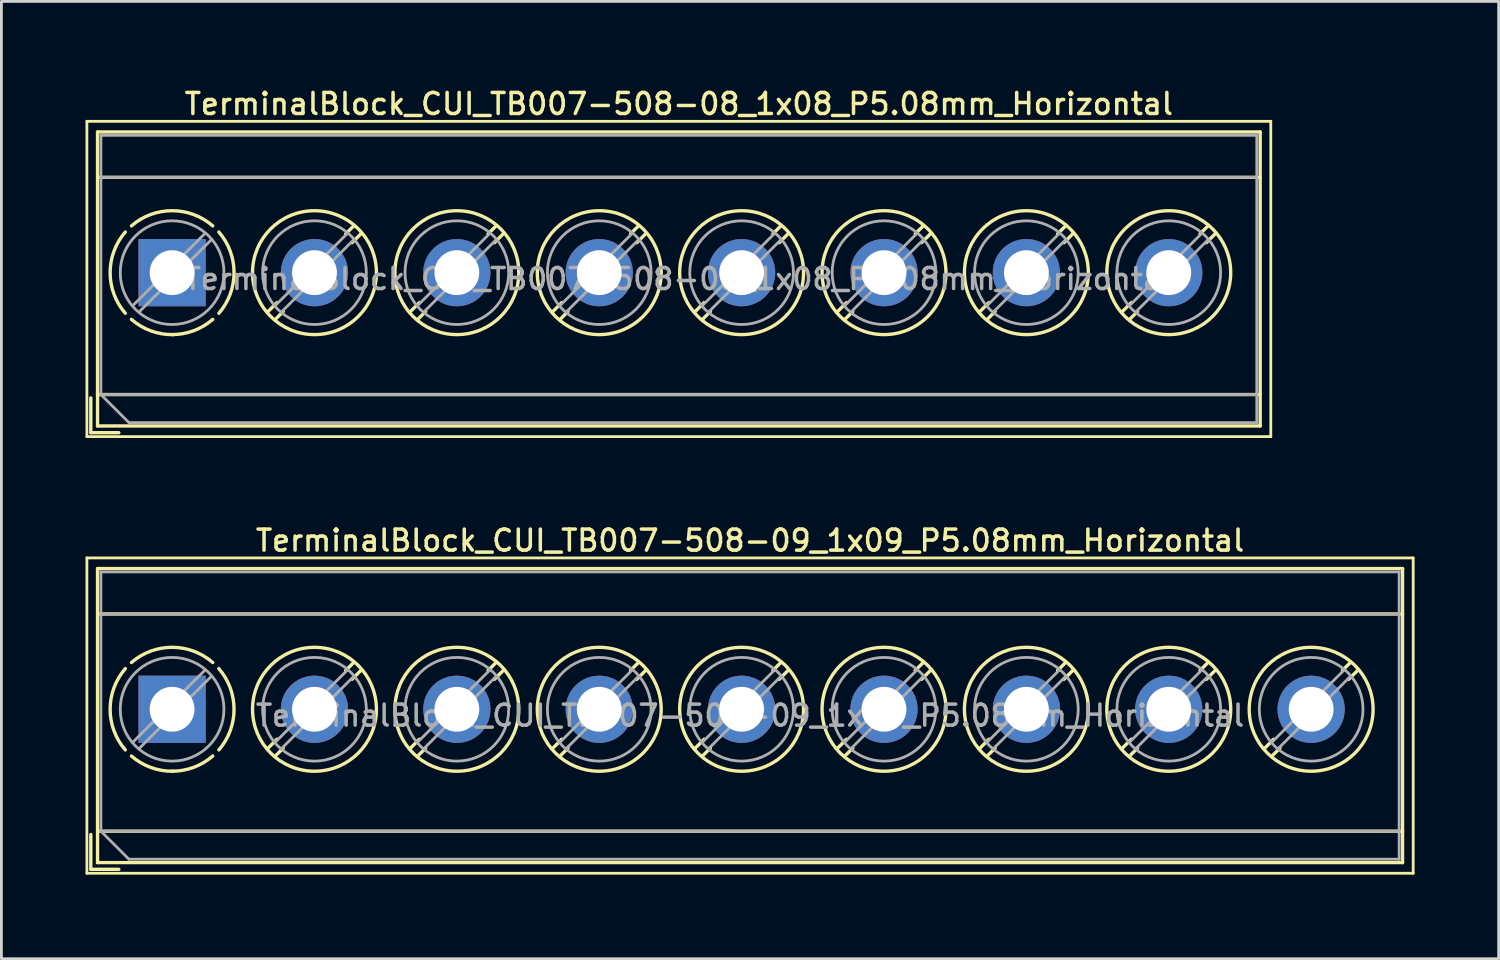
<source format=kicad_pcb>
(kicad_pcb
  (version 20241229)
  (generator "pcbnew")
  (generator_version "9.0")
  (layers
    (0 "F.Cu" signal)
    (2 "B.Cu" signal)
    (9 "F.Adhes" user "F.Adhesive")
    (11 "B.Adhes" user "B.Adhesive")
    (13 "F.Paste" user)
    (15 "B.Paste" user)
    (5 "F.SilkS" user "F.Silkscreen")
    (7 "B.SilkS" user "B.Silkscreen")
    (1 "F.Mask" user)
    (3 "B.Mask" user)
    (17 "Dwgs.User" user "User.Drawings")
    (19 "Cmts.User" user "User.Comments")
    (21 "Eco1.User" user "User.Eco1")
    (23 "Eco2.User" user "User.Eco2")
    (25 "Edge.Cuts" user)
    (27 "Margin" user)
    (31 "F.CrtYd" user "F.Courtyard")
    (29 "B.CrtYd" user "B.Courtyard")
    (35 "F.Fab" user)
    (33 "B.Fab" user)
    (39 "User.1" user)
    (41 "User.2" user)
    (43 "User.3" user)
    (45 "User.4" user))
  (footprint "TerminalBlock_CUI_TB007-508-08_1x08_P5.08mm_Horizontal"
    (layer "F.Cu")
    (at 3.09 6.678)
    (property "Reference" "TerminalBlock_CUI_TB007-508-08_1x08_P5.08mm_Horizontal" (at 18.08 -6.02 0) (layer "F.SilkS") (effects (font (size 0.75 0.75) (thickness 0.125))))
    (attr through_hole)
    (fp_line (start -3.04 -5.4) (end -3.04 5.85) (stroke (width 0.1) (type solid)) (layer "F.SilkS"))
    (fp_line (start -3.04 5.85) (end 39.2 5.85) (stroke (width 0.1) (type solid)) (layer "F.SilkS"))
    (fp_line (start -2.9 4.47) (end -2.9 5.71) (stroke (width 0.12) (type solid)) (layer "F.SilkS"))
    (fp_line (start -2.9 5.71) (end -1.9 5.71) (stroke (width 0.12) (type solid)) (layer "F.SilkS"))
    (fp_line (start -2.66 -5.02) (end -2.66 5.47) (stroke (width 0.12) (type solid)) (layer "F.SilkS"))
    (fp_line (start -2.66 -5.02) (end 38.821 -5.02) (stroke (width 0.12) (type solid)) (layer "F.SilkS"))
    (fp_line (start -2.66 -3.401) (end 38.821 -3.401) (stroke (width 0.12) (type solid)) (layer "F.SilkS"))
    (fp_line (start -2.66 4.35) (end 38.821 4.35) (stroke (width 0.12) (type solid)) (layer "F.SilkS"))
    (fp_line (start -2.66 5.47) (end 38.821 5.47) (stroke (width 0.12) (type solid)) (layer "F.SilkS"))
    (fp_line (start 3.743 1.068) (end 3.404 1.407) (stroke (width 0.12) (type solid)) (layer "F.SilkS"))
    (fp_line (start 3.967 1.384) (end 3.674 1.676) (stroke (width 0.12) (type solid)) (layer "F.SilkS"))
    (fp_line (start 6.487 -1.676) (end 6.194 -1.384) (stroke (width 0.12) (type solid)) (layer "F.SilkS"))
    (fp_line (start 6.757 -1.407) (end 6.418 -1.068) (stroke (width 0.12) (type solid)) (layer "F.SilkS"))
    (fp_line (start 8.823 1.068) (end 8.484 1.407) (stroke (width 0.12) (type solid)) (layer "F.SilkS"))
    (fp_line (start 9.047 1.384) (end 8.754 1.676) (stroke (width 0.12) (type solid)) (layer "F.SilkS"))
    (fp_line (start 11.567 -1.676) (end 11.274 -1.384) (stroke (width 0.12) (type solid)) (layer "F.SilkS"))
    (fp_line (start 11.837 -1.407) (end 11.498 -1.068) (stroke (width 0.12) (type solid)) (layer "F.SilkS"))
    (fp_line (start 13.903 1.068) (end 13.564 1.407) (stroke (width 0.12) (type solid)) (layer "F.SilkS"))
    (fp_line (start 14.127 1.384) (end 13.834 1.676) (stroke (width 0.12) (type solid)) (layer "F.SilkS"))
    (fp_line (start 16.647 -1.676) (end 16.354 -1.384) (stroke (width 0.12) (type solid)) (layer "F.SilkS"))
    (fp_line (start 16.917 -1.407) (end 16.578 -1.068) (stroke (width 0.12) (type solid)) (layer "F.SilkS"))
    (fp_line (start 18.983 1.068) (end 18.644 1.407) (stroke (width 0.12) (type solid)) (layer "F.SilkS"))
    (fp_line (start 19.207 1.384) (end 18.914 1.676) (stroke (width 0.12) (type solid)) (layer "F.SilkS"))
    (fp_line (start 21.727 -1.676) (end 21.434 -1.384) (stroke (width 0.12) (type solid)) (layer "F.SilkS"))
    (fp_line (start 21.997 -1.407) (end 21.658 -1.068) (stroke (width 0.12) (type solid)) (layer "F.SilkS"))
    (fp_line (start 24.063 1.068) (end 23.724 1.407) (stroke (width 0.12) (type solid)) (layer "F.SilkS"))
    (fp_line (start 24.287 1.384) (end 23.994 1.676) (stroke (width 0.12) (type solid)) (layer "F.SilkS"))
    (fp_line (start 26.807 -1.676) (end 26.514 -1.384) (stroke (width 0.12) (type solid)) (layer "F.SilkS"))
    (fp_line (start 27.077 -1.407) (end 26.738 -1.068) (stroke (width 0.12) (type solid)) (layer "F.SilkS"))
    (fp_line (start 29.143 1.068) (end 28.804 1.407) (stroke (width 0.12) (type solid)) (layer "F.SilkS"))
    (fp_line (start 29.367 1.384) (end 29.074 1.676) (stroke (width 0.12) (type solid)) (layer "F.SilkS"))
    (fp_line (start 31.887 -1.676) (end 31.594 -1.384) (stroke (width 0.12) (type solid)) (layer "F.SilkS"))
    (fp_line (start 32.157 -1.407) (end 31.818 -1.068) (stroke (width 0.12) (type solid)) (layer "F.SilkS"))
    (fp_line (start 34.223 1.068) (end 33.884 1.407) (stroke (width 0.12) (type solid)) (layer "F.SilkS"))
    (fp_line (start 34.447 1.384) (end 34.154 1.676) (stroke (width 0.12) (type solid)) (layer "F.SilkS"))
    (fp_line (start 36.967 -1.676) (end 36.674 -1.384) (stroke (width 0.12) (type solid)) (layer "F.SilkS"))
    (fp_line (start 37.237 -1.407) (end 36.898 -1.068) (stroke (width 0.12) (type solid)) (layer "F.SilkS"))
    (fp_line (start 38.821 -5.02) (end 38.821 5.47) (stroke (width 0.12) (type solid)) (layer "F.SilkS"))
    (fp_line (start 39.2 -5.4) (end -3.04 -5.4) (stroke (width 0.1) (type solid)) (layer "F.SilkS"))
    (fp_line (start 39.2 5.85) (end 39.2 -5.4) (stroke (width 0.1) (type solid)) (layer "F.SilkS"))
    (fp_arc (start -1.66902 1.449827) (mid -2.210797 -0.000777) (end -1.668 -1.451) (stroke (width 0.12) (type solid)) (layer "F.SilkS"))
    (fp_arc (start -1.449827 -1.66902) (mid 0.000777 -2.210797) (end 1.451 -1.668) (stroke (width 0.12) (type solid)) (layer "F.SilkS"))
    (fp_arc (start 0.037807 2.210474) (mid -0.756867 2.077204) (end -1.451 1.668) (stroke (width 0.12) (type solid)) (layer "F.SilkS"))
    (fp_arc (start 1.44989 1.667908) (mid 0.773958 2.070046) (end 0 2.21) (stroke (width 0.12) (type solid)) (layer "F.SilkS"))
    (fp_arc (start 1.668029 -1.449966) (mid 2.210141 0.000022) (end 1.668 1.45) (stroke (width 0.12) (type solid)) (layer "F.SilkS"))
    (fp_circle (center 5.08 0) (end 7.29 0) (stroke (width 0.12) (type solid)) (fill no) (layer "F.SilkS"))
    (fp_circle (center 10.16 0) (end 12.37 0) (stroke (width 0.12) (type solid)) (fill no) (layer "F.SilkS"))
    (fp_circle (center 15.24 0) (end 17.45 0) (stroke (width 0.12) (type solid)) (fill no) (layer "F.SilkS"))
    (fp_circle (center 20.32 0) (end 22.53 0) (stroke (width 0.12) (type solid)) (fill no) (layer "F.SilkS"))
    (fp_circle (center 25.4 0) (end 27.61 0) (stroke (width 0.12) (type solid)) (fill no) (layer "F.SilkS"))
    (fp_circle (center 30.48 0) (end 32.69 0) (stroke (width 0.12) (type solid)) (fill no) (layer "F.SilkS"))
    (fp_circle (center 35.56 0) (end 37.77 0) (stroke (width 0.12) (type solid)) (fill no) (layer "F.SilkS"))
    (fp_line (start -2.54 -4.9) (end 38.7 -4.9) (stroke (width 0.1) (type solid)) (layer "F.Fab"))
    (fp_line (start -2.54 -3.4) (end 38.7 -3.4) (stroke (width 0.1) (type solid)) (layer "F.Fab"))
    (fp_line (start -2.54 4.35) (end -2.54 -4.9) (stroke (width 0.1) (type solid)) (layer "F.Fab"))
    (fp_line (start -2.54 4.35) (end 38.7 4.35) (stroke (width 0.1) (type solid)) (layer "F.Fab"))
    (fp_line (start -1.54 5.35) (end -2.54 4.35) (stroke (width 0.1) (type solid)) (layer "F.Fab"))
    (fp_line (start 1.178 -1.403) (end -1.404 1.178) (stroke (width 0.1) (type solid)) (layer "F.Fab"))
    (fp_line (start 1.404 -1.178) (end -1.178 1.403) (stroke (width 0.1) (type solid)) (layer "F.Fab"))
    (fp_line (start 6.258 -1.403) (end 3.677 1.178) (stroke (width 0.1) (type solid)) (layer "F.Fab"))
    (fp_line (start 6.484 -1.178) (end 3.903 1.403) (stroke (width 0.1) (type solid)) (layer "F.Fab"))
    (fp_line (start 11.338 -1.403) (end 8.757 1.178) (stroke (width 0.1) (type solid)) (layer "F.Fab"))
    (fp_line (start 11.564 -1.178) (end 8.983 1.403) (stroke (width 0.1) (type solid)) (layer "F.Fab"))
    (fp_line (start 16.418 -1.403) (end 13.837 1.178) (stroke (width 0.1) (type solid)) (layer "F.Fab"))
    (fp_line (start 16.644 -1.178) (end 14.063 1.403) (stroke (width 0.1) (type solid)) (layer "F.Fab"))
    (fp_line (start 21.498 -1.403) (end 18.917 1.178) (stroke (width 0.1) (type solid)) (layer "F.Fab"))
    (fp_line (start 21.724 -1.178) (end 19.143 1.403) (stroke (width 0.1) (type solid)) (layer "F.Fab"))
    (fp_line (start 26.578 -1.403) (end 23.997 1.178) (stroke (width 0.1) (type solid)) (layer "F.Fab"))
    (fp_line (start 26.804 -1.178) (end 24.223 1.403) (stroke (width 0.1) (type solid)) (layer "F.Fab"))
    (fp_line (start 31.658 -1.403) (end 29.077 1.178) (stroke (width 0.1) (type solid)) (layer "F.Fab"))
    (fp_line (start 31.884 -1.178) (end 29.303 1.403) (stroke (width 0.1) (type solid)) (layer "F.Fab"))
    (fp_line (start 36.738 -1.403) (end 34.157 1.178) (stroke (width 0.1) (type solid)) (layer "F.Fab"))
    (fp_line (start 36.964 -1.178) (end 34.383 1.403) (stroke (width 0.1) (type solid)) (layer "F.Fab"))
    (fp_line (start 38.7 -4.9) (end 38.7 5.35) (stroke (width 0.1) (type solid)) (layer "F.Fab"))
    (fp_line (start 38.7 5.35) (end -1.54 5.35) (stroke (width 0.1) (type solid)) (layer "F.Fab"))
    (fp_circle (center 0 0) (end 1.85 0) (stroke (width 0.1) (type solid)) (fill no) (layer "F.Fab"))
    (fp_circle (center 5.08 0) (end 6.93 0) (stroke (width 0.1) (type solid)) (fill no) (layer "F.Fab"))
    (fp_circle (center 10.16 0) (end 12.01 0) (stroke (width 0.1) (type solid)) (fill no) (layer "F.Fab"))
    (fp_circle (center 15.24 0) (end 17.09 0) (stroke (width 0.1) (type solid)) (fill no) (layer "F.Fab"))
    (fp_circle (center 20.32 0) (end 22.17 0) (stroke (width 0.1) (type solid)) (fill no) (layer "F.Fab"))
    (fp_circle (center 25.4 0) (end 27.25 0) (stroke (width 0.1) (type solid)) (fill no) (layer "F.Fab"))
    (fp_circle (center 30.48 0) (end 32.33 0) (stroke (width 0.1) (type solid)) (fill no) (layer "F.Fab"))
    (fp_circle (center 35.56 0) (end 37.41 0) (stroke (width 0.1) (type solid)) (fill no) (layer "F.Fab"))
    (fp_text user "${REFERENCE}" (at 18.08 0.225 0) (layer "F.Fab") (effects (font (size 0.75 0.75) (thickness 0.125))))
    (pad "1" thru_hole rect (at 0 0) (size 2.4 2.4) (drill 1.6) (layers "*.Cu" "*.Mask"))
    (pad "2" thru_hole circle (at 5.08 0) (size 2.4 2.4) (drill 1.6) (layers "*.Cu" "*.Mask"))
    (pad "3" thru_hole circle (at 10.16 0) (size 2.4 2.4) (drill 1.6) (layers "*.Cu" "*.Mask"))
    (pad "4" thru_hole circle (at 15.24 0) (size 2.4 2.4) (drill 1.6) (layers "*.Cu" "*.Mask"))
    (pad "5" thru_hole circle (at 20.32 0) (size 2.4 2.4) (drill 1.6) (layers "*.Cu" "*.Mask"))
    (pad "6" thru_hole circle (at 25.4 0) (size 2.4 2.4) (drill 1.6) (layers "*.Cu" "*.Mask"))
    (pad "7" thru_hole circle (at 30.48 0) (size 2.4 2.4) (drill 1.6) (layers "*.Cu" "*.Mask"))
    (pad "8" thru_hole circle (at 35.56 0) (size 2.4 2.4) (drill 1.6) (layers "*.Cu" "*.Mask")))
  (footprint "TerminalBlock_CUI_TB007-508-09_1x09_P5.08mm_Horizontal"
    (layer "F.Cu")
    (at 3.09 22.256)
    (property "Reference" "TerminalBlock_CUI_TB007-508-09_1x09_P5.08mm_Horizontal" (at 20.62 -6.02 0) (layer "F.SilkS") (effects (font (size 0.75 0.75) (thickness 0.125))))
    (attr through_hole)
    (fp_line (start -3.04 -5.4) (end -3.04 5.85) (stroke (width 0.1) (type solid)) (layer "F.SilkS"))
    (fp_line (start -3.04 5.85) (end 44.28 5.85) (stroke (width 0.1) (type solid)) (layer "F.SilkS"))
    (fp_line (start -2.9 4.47) (end -2.9 5.71) (stroke (width 0.12) (type solid)) (layer "F.SilkS"))
    (fp_line (start -2.9 5.71) (end -1.9 5.71) (stroke (width 0.12) (type solid)) (layer "F.SilkS"))
    (fp_line (start -2.66 -5.02) (end -2.66 5.47) (stroke (width 0.12) (type solid)) (layer "F.SilkS"))
    (fp_line (start -2.66 -5.02) (end 43.901 -5.02) (stroke (width 0.12) (type solid)) (layer "F.SilkS"))
    (fp_line (start -2.66 -3.401) (end 43.901 -3.401) (stroke (width 0.12) (type solid)) (layer "F.SilkS"))
    (fp_line (start -2.66 4.35) (end 43.901 4.35) (stroke (width 0.12) (type solid)) (layer "F.SilkS"))
    (fp_line (start -2.66 5.47) (end 43.901 5.47) (stroke (width 0.12) (type solid)) (layer "F.SilkS"))
    (fp_line (start 3.743 1.068) (end 3.404 1.407) (stroke (width 0.12) (type solid)) (layer "F.SilkS"))
    (fp_line (start 3.967 1.384) (end 3.674 1.676) (stroke (width 0.12) (type solid)) (layer "F.SilkS"))
    (fp_line (start 6.487 -1.676) (end 6.194 -1.384) (stroke (width 0.12) (type solid)) (layer "F.SilkS"))
    (fp_line (start 6.757 -1.407) (end 6.418 -1.068) (stroke (width 0.12) (type solid)) (layer "F.SilkS"))
    (fp_line (start 8.823 1.068) (end 8.484 1.407) (stroke (width 0.12) (type solid)) (layer "F.SilkS"))
    (fp_line (start 9.047 1.384) (end 8.754 1.676) (stroke (width 0.12) (type solid)) (layer "F.SilkS"))
    (fp_line (start 11.567 -1.676) (end 11.274 -1.384) (stroke (width 0.12) (type solid)) (layer "F.SilkS"))
    (fp_line (start 11.837 -1.407) (end 11.498 -1.068) (stroke (width 0.12) (type solid)) (layer "F.SilkS"))
    (fp_line (start 13.903 1.068) (end 13.564 1.407) (stroke (width 0.12) (type solid)) (layer "F.SilkS"))
    (fp_line (start 14.127 1.384) (end 13.834 1.676) (stroke (width 0.12) (type solid)) (layer "F.SilkS"))
    (fp_line (start 16.647 -1.676) (end 16.354 -1.384) (stroke (width 0.12) (type solid)) (layer "F.SilkS"))
    (fp_line (start 16.917 -1.407) (end 16.578 -1.068) (stroke (width 0.12) (type solid)) (layer "F.SilkS"))
    (fp_line (start 18.983 1.068) (end 18.644 1.407) (stroke (width 0.12) (type solid)) (layer "F.SilkS"))
    (fp_line (start 19.207 1.384) (end 18.914 1.676) (stroke (width 0.12) (type solid)) (layer "F.SilkS"))
    (fp_line (start 21.727 -1.676) (end 21.434 -1.384) (stroke (width 0.12) (type solid)) (layer "F.SilkS"))
    (fp_line (start 21.997 -1.407) (end 21.658 -1.068) (stroke (width 0.12) (type solid)) (layer "F.SilkS"))
    (fp_line (start 24.063 1.068) (end 23.724 1.407) (stroke (width 0.12) (type solid)) (layer "F.SilkS"))
    (fp_line (start 24.287 1.384) (end 23.994 1.676) (stroke (width 0.12) (type solid)) (layer "F.SilkS"))
    (fp_line (start 26.807 -1.676) (end 26.514 -1.384) (stroke (width 0.12) (type solid)) (layer "F.SilkS"))
    (fp_line (start 27.077 -1.407) (end 26.738 -1.068) (stroke (width 0.12) (type solid)) (layer "F.SilkS"))
    (fp_line (start 29.143 1.068) (end 28.804 1.407) (stroke (width 0.12) (type solid)) (layer "F.SilkS"))
    (fp_line (start 29.367 1.384) (end 29.074 1.676) (stroke (width 0.12) (type solid)) (layer "F.SilkS"))
    (fp_line (start 31.887 -1.676) (end 31.594 -1.384) (stroke (width 0.12) (type solid)) (layer "F.SilkS"))
    (fp_line (start 32.157 -1.407) (end 31.818 -1.068) (stroke (width 0.12) (type solid)) (layer "F.SilkS"))
    (fp_line (start 34.223 1.068) (end 33.884 1.407) (stroke (width 0.12) (type solid)) (layer "F.SilkS"))
    (fp_line (start 34.447 1.384) (end 34.154 1.676) (stroke (width 0.12) (type solid)) (layer "F.SilkS"))
    (fp_line (start 36.967 -1.676) (end 36.674 -1.384) (stroke (width 0.12) (type solid)) (layer "F.SilkS"))
    (fp_line (start 37.237 -1.407) (end 36.898 -1.068) (stroke (width 0.12) (type solid)) (layer "F.SilkS"))
    (fp_line (start 39.303 1.068) (end 38.964 1.407) (stroke (width 0.12) (type solid)) (layer "F.SilkS"))
    (fp_line (start 39.527 1.384) (end 39.234 1.676) (stroke (width 0.12) (type solid)) (layer "F.SilkS"))
    (fp_line (start 42.047 -1.676) (end 41.754 -1.384) (stroke (width 0.12) (type solid)) (layer "F.SilkS"))
    (fp_line (start 42.317 -1.407) (end 41.978 -1.068) (stroke (width 0.12) (type solid)) (layer "F.SilkS"))
    (fp_line (start 43.901 -5.02) (end 43.901 5.47) (stroke (width 0.12) (type solid)) (layer "F.SilkS"))
    (fp_line (start 44.28 -5.4) (end -3.04 -5.4) (stroke (width 0.1) (type solid)) (layer "F.SilkS"))
    (fp_line (start 44.28 5.85) (end 44.28 -5.4) (stroke (width 0.1) (type solid)) (layer "F.SilkS"))
    (fp_arc (start -1.66902 1.449827) (mid -2.210797 -0.000777) (end -1.668 -1.451) (stroke (width 0.12) (type solid)) (layer "F.SilkS"))
    (fp_arc (start -1.449827 -1.66902) (mid 0.000777 -2.210797) (end 1.451 -1.668) (stroke (width 0.12) (type solid)) (layer "F.SilkS"))
    (fp_arc (start 0.037807 2.210474) (mid -0.756867 2.077204) (end -1.451 1.668) (stroke (width 0.12) (type solid)) (layer "F.SilkS"))
    (fp_arc (start 1.44989 1.667908) (mid 0.773958 2.070046) (end 0 2.21) (stroke (width 0.12) (type solid)) (layer "F.SilkS"))
    (fp_arc (start 1.668029 -1.449966) (mid 2.210141 0.000022) (end 1.668 1.45) (stroke (width 0.12) (type solid)) (layer "F.SilkS"))
    (fp_circle (center 5.08 0) (end 7.29 0) (stroke (width 0.12) (type solid)) (fill no) (layer "F.SilkS"))
    (fp_circle (center 10.16 0) (end 12.37 0) (stroke (width 0.12) (type solid)) (fill no) (layer "F.SilkS"))
    (fp_circle (center 15.24 0) (end 17.45 0) (stroke (width 0.12) (type solid)) (fill no) (layer "F.SilkS"))
    (fp_circle (center 20.32 0) (end 22.53 0) (stroke (width 0.12) (type solid)) (fill no) (layer "F.SilkS"))
    (fp_circle (center 25.4 0) (end 27.61 0) (stroke (width 0.12) (type solid)) (fill no) (layer "F.SilkS"))
    (fp_circle (center 30.48 0) (end 32.69 0) (stroke (width 0.12) (type solid)) (fill no) (layer "F.SilkS"))
    (fp_circle (center 35.56 0) (end 37.77 0) (stroke (width 0.12) (type solid)) (fill no) (layer "F.SilkS"))
    (fp_circle (center 40.64 0) (end 42.85 0) (stroke (width 0.12) (type solid)) (fill no) (layer "F.SilkS"))
    (fp_line (start -2.54 -4.9) (end 43.78 -4.9) (stroke (width 0.1) (type solid)) (layer "F.Fab"))
    (fp_line (start -2.54 -3.4) (end 43.78 -3.4) (stroke (width 0.1) (type solid)) (layer "F.Fab"))
    (fp_line (start -2.54 4.35) (end -2.54 -4.9) (stroke (width 0.1) (type solid)) (layer "F.Fab"))
    (fp_line (start -2.54 4.35) (end 43.78 4.35) (stroke (width 0.1) (type solid)) (layer "F.Fab"))
    (fp_line (start -1.54 5.35) (end -2.54 4.35) (stroke (width 0.1) (type solid)) (layer "F.Fab"))
    (fp_line (start 1.178 -1.403) (end -1.404 1.178) (stroke (width 0.1) (type solid)) (layer "F.Fab"))
    (fp_line (start 1.404 -1.178) (end -1.178 1.403) (stroke (width 0.1) (type solid)) (layer "F.Fab"))
    (fp_line (start 6.258 -1.403) (end 3.677 1.178) (stroke (width 0.1) (type solid)) (layer "F.Fab"))
    (fp_line (start 6.484 -1.178) (end 3.903 1.403) (stroke (width 0.1) (type solid)) (layer "F.Fab"))
    (fp_line (start 11.338 -1.403) (end 8.757 1.178) (stroke (width 0.1) (type solid)) (layer "F.Fab"))
    (fp_line (start 11.564 -1.178) (end 8.983 1.403) (stroke (width 0.1) (type solid)) (layer "F.Fab"))
    (fp_line (start 16.418 -1.403) (end 13.837 1.178) (stroke (width 0.1) (type solid)) (layer "F.Fab"))
    (fp_line (start 16.644 -1.178) (end 14.063 1.403) (stroke (width 0.1) (type solid)) (layer "F.Fab"))
    (fp_line (start 21.498 -1.403) (end 18.917 1.178) (stroke (width 0.1) (type solid)) (layer "F.Fab"))
    (fp_line (start 21.724 -1.178) (end 19.143 1.403) (stroke (width 0.1) (type solid)) (layer "F.Fab"))
    (fp_line (start 26.578 -1.403) (end 23.997 1.178) (stroke (width 0.1) (type solid)) (layer "F.Fab"))
    (fp_line (start 26.804 -1.178) (end 24.223 1.403) (stroke (width 0.1) (type solid)) (layer "F.Fab"))
    (fp_line (start 31.658 -1.403) (end 29.077 1.178) (stroke (width 0.1) (type solid)) (layer "F.Fab"))
    (fp_line (start 31.884 -1.178) (end 29.303 1.403) (stroke (width 0.1) (type solid)) (layer "F.Fab"))
    (fp_line (start 36.738 -1.403) (end 34.157 1.178) (stroke (width 0.1) (type solid)) (layer "F.Fab"))
    (fp_line (start 36.964 -1.178) (end 34.383 1.403) (stroke (width 0.1) (type solid)) (layer "F.Fab"))
    (fp_line (start 41.818 -1.403) (end 39.237 1.178) (stroke (width 0.1) (type solid)) (layer "F.Fab"))
    (fp_line (start 42.044 -1.178) (end 39.463 1.403) (stroke (width 0.1) (type solid)) (layer "F.Fab"))
    (fp_line (start 43.78 -4.9) (end 43.78 5.35) (stroke (width 0.1) (type solid)) (layer "F.Fab"))
    (fp_line (start 43.78 5.35) (end -1.54 5.35) (stroke (width 0.1) (type solid)) (layer "F.Fab"))
    (fp_circle (center 0 0) (end 1.85 0) (stroke (width 0.1) (type solid)) (fill no) (layer "F.Fab"))
    (fp_circle (center 5.08 0) (end 6.93 0) (stroke (width 0.1) (type solid)) (fill no) (layer "F.Fab"))
    (fp_circle (center 10.16 0) (end 12.01 0) (stroke (width 0.1) (type solid)) (fill no) (layer "F.Fab"))
    (fp_circle (center 15.24 0) (end 17.09 0) (stroke (width 0.1) (type solid)) (fill no) (layer "F.Fab"))
    (fp_circle (center 20.32 0) (end 22.17 0) (stroke (width 0.1) (type solid)) (fill no) (layer "F.Fab"))
    (fp_circle (center 25.4 0) (end 27.25 0) (stroke (width 0.1) (type solid)) (fill no) (layer "F.Fab"))
    (fp_circle (center 30.48 0) (end 32.33 0) (stroke (width 0.1) (type solid)) (fill no) (layer "F.Fab"))
    (fp_circle (center 35.56 0) (end 37.41 0) (stroke (width 0.1) (type solid)) (fill no) (layer "F.Fab"))
    (fp_circle (center 40.64 0) (end 42.49 0) (stroke (width 0.1) (type solid)) (fill no) (layer "F.Fab"))
    (fp_text user "${REFERENCE}" (at 20.62 0.225 0) (layer "F.Fab") (effects (font (size 0.75 0.75) (thickness 0.125))))
    (pad "1" thru_hole rect (at 0 0) (size 2.4 2.4) (drill 1.6) (layers "*.Cu" "*.Mask"))
    (pad "2" thru_hole circle (at 5.08 0) (size 2.4 2.4) (drill 1.6) (layers "*.Cu" "*.Mask"))
    (pad "3" thru_hole circle (at 10.16 0) (size 2.4 2.4) (drill 1.6) (layers "*.Cu" "*.Mask"))
    (pad "4" thru_hole circle (at 15.24 0) (size 2.4 2.4) (drill 1.6) (layers "*.Cu" "*.Mask"))
    (pad "5" thru_hole circle (at 20.32 0) (size 2.4 2.4) (drill 1.6) (layers "*.Cu" "*.Mask"))
    (pad "6" thru_hole circle (at 25.4 0) (size 2.4 2.4) (drill 1.6) (layers "*.Cu" "*.Mask"))
    (pad "7" thru_hole circle (at 30.48 0) (size 2.4 2.4) (drill 1.6) (layers "*.Cu" "*.Mask"))
    (pad "8" thru_hole circle (at 35.56 0) (size 2.4 2.4) (drill 1.6) (layers "*.Cu" "*.Mask"))
    (pad "9" thru_hole circle (at 40.64 0) (size 2.4 2.4) (drill 1.6) (layers "*.Cu" "*.Mask")))
  (gr_rect
    (start -3 -3)
    (end 50.42 31.156)
    (stroke (width 0.1) (type default))
    (fill no)
    (layer "Edge.Cuts")))
</source>
